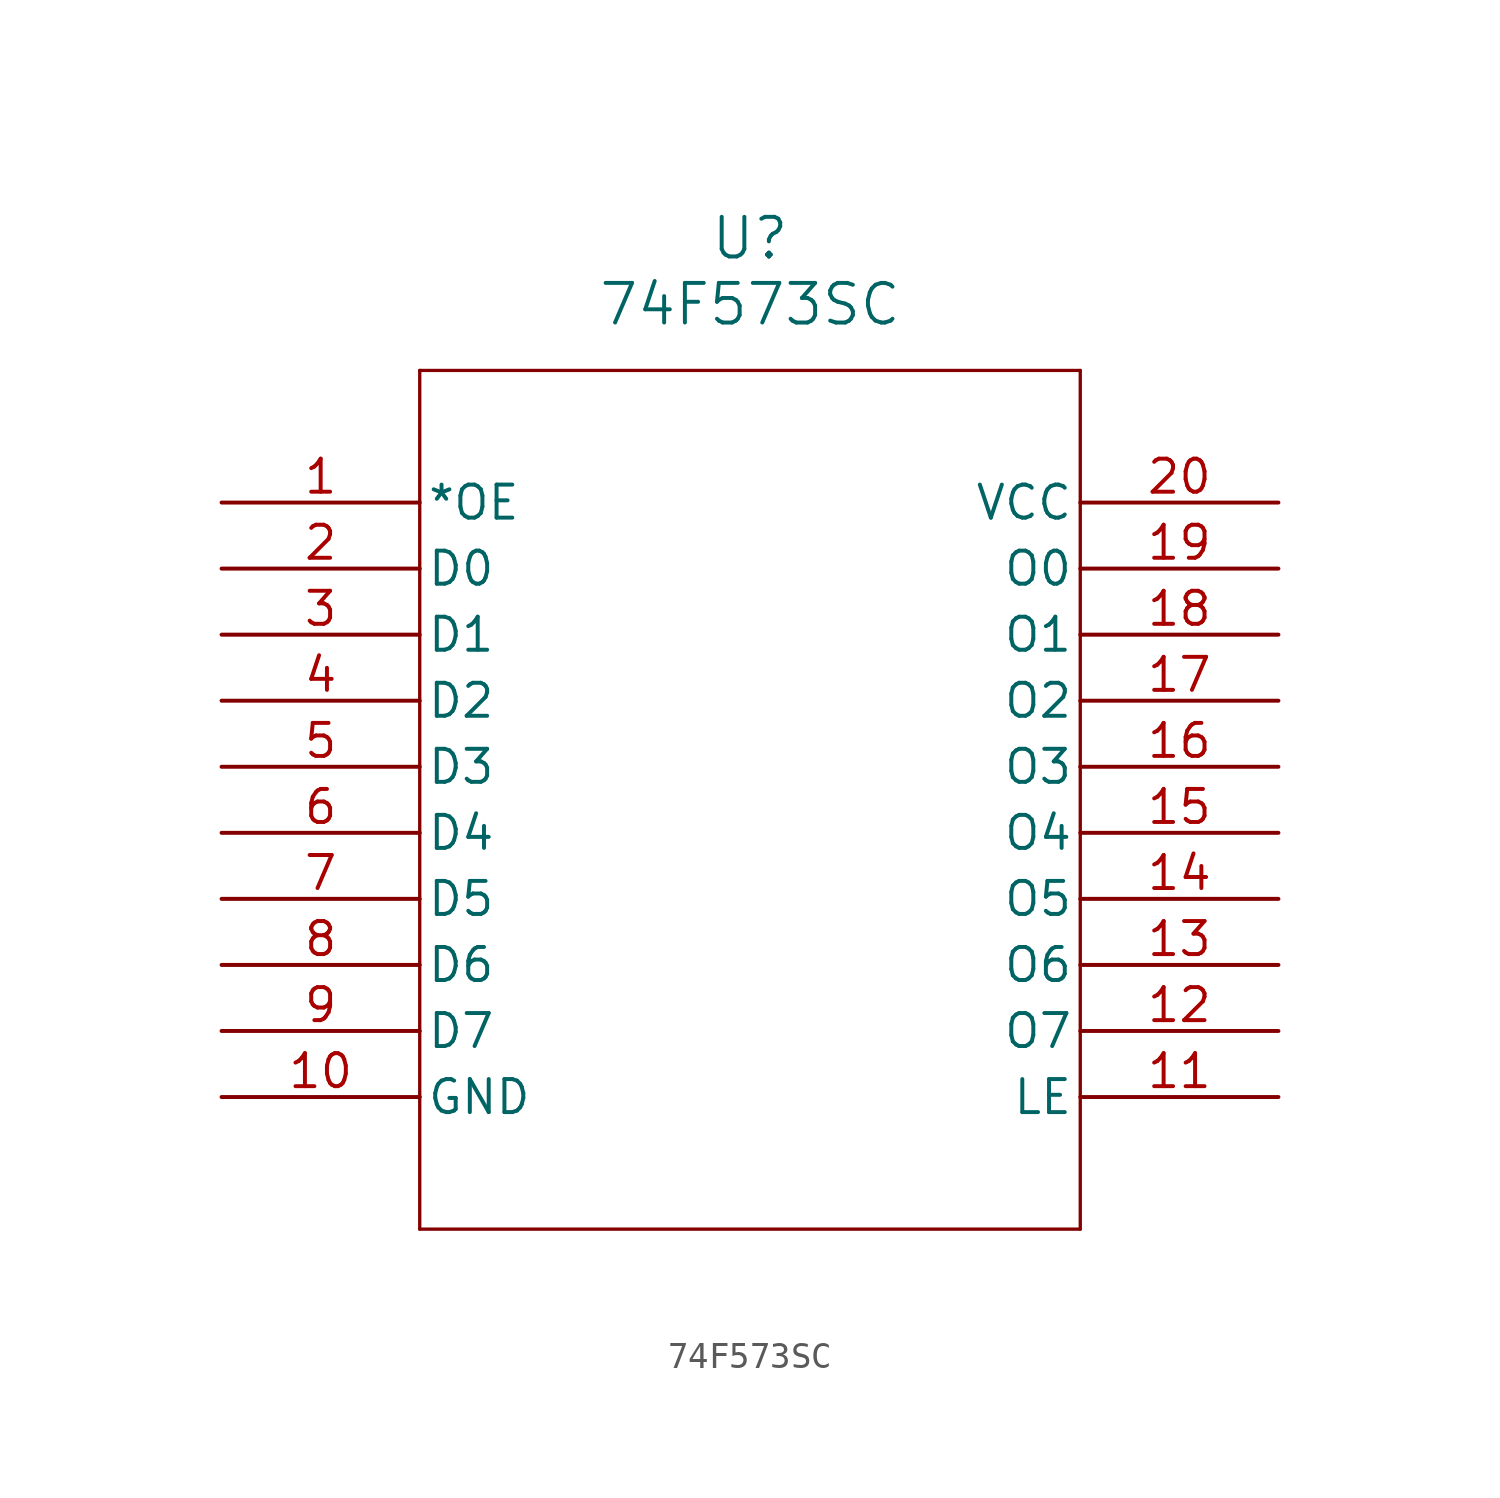
<source format=kicad_sym>
(kicad_symbol_lib
  (version 20211014)
  (generator kicad_symbol_editor)
  (symbol "74F573SC"
    (pin_names
      (offset 0.254))
    (property "Reference" "U"
      (at 20.32 10.16 0)
      (effects (font (size 1.524 1.524))))
    (property "Value" "74F573SC"
      (at 20.32 7.62 0)
      (effects (font (size 1.524 1.524))))
    (symbol "74F573SC_0_1"
      (polyline (pts (xy 7.62 5.08) (xy 7.62 -27.94)) (stroke (width 0.127) (type default) (color 0 0 0 0)) (fill (type none)))
      (polyline (pts (xy 7.62 -27.94) (xy 33.02 -27.94)) (stroke (width 0.127) (type default) (color 0 0 0 0)) (fill (type none)))
      (polyline (pts (xy 33.02 -27.94) (xy 33.02 5.08)) (stroke (width 0.127) (type default) (color 0 0 0 0)) (fill (type none)))
      (polyline (pts (xy 33.02 5.08) (xy 7.62 5.08)) (stroke (width 0.127) (type default) (color 0 0 0 0)) (fill (type none)))
      (pin output line (at 0 0 0) (length 7.62) (name "*OE" (effects (font (size 1.27 1.27)))) (number "1" (effects (font (size 1.27 1.27)))))
      (pin input line (at 0 -2.54 0) (length 7.62) (name "D0" (effects (font (size 1.27 1.27)))) (number "2" (effects (font (size 1.27 1.27)))))
      (pin input line (at 0 -5.08 0) (length 7.62) (name "D1" (effects (font (size 1.27 1.27)))) (number "3" (effects (font (size 1.27 1.27)))))
      (pin input line (at 0 -7.62 0) (length 7.62) (name "D2" (effects (font (size 1.27 1.27)))) (number "4" (effects (font (size 1.27 1.27)))))
      (pin input line (at 0 -10.16 0) (length 7.62) (name "D3" (effects (font (size 1.27 1.27)))) (number "5" (effects (font (size 1.27 1.27)))))
      (pin input line (at 0 -12.7 0) (length 7.62) (name "D4" (effects (font (size 1.27 1.27)))) (number "6" (effects (font (size 1.27 1.27)))))
      (pin input line (at 0 -15.24 0) (length 7.62) (name "D5" (effects (font (size 1.27 1.27)))) (number "7" (effects (font (size 1.27 1.27)))))
      (pin input line (at 0 -17.78 0) (length 7.62) (name "D6" (effects (font (size 1.27 1.27)))) (number "8" (effects (font (size 1.27 1.27)))))
      (pin input line (at 0 -20.32 0) (length 7.62) (name "D7" (effects (font (size 1.27 1.27)))) (number "9" (effects (font (size 1.27 1.27)))))
      (pin power_out line (at 0 -22.86 0) (length 7.62) (name "GND" (effects (font (size 1.27 1.27)))) (number "10" (effects (font (size 1.27 1.27)))))
      (pin input line (at 40.64 -22.86 180) (length 7.62) (name "LE" (effects (font (size 1.27 1.27)))) (number "11" (effects (font (size 1.27 1.27)))))
      (pin output line (at 40.64 -20.32 180) (length 7.62) (name "O7" (effects (font (size 1.27 1.27)))) (number "12" (effects (font (size 1.27 1.27)))))
      (pin output line (at 40.64 -17.78 180) (length 7.62) (name "O6" (effects (font (size 1.27 1.27)))) (number "13" (effects (font (size 1.27 1.27)))))
      (pin output line (at 40.64 -15.24 180) (length 7.62) (name "O5" (effects (font (size 1.27 1.27)))) (number "14" (effects (font (size 1.27 1.27)))))
      (pin output line (at 40.64 -12.7 180) (length 7.62) (name "O4" (effects (font (size 1.27 1.27)))) (number "15" (effects (font (size 1.27 1.27)))))
      (pin output line (at 40.64 -10.16 180) (length 7.62) (name "O3" (effects (font (size 1.27 1.27)))) (number "16" (effects (font (size 1.27 1.27)))))
      (pin output line (at 40.64 -7.62 180) (length 7.62) (name "O2" (effects (font (size 1.27 1.27)))) (number "17" (effects (font (size 1.27 1.27)))))
      (pin output line (at 40.64 -5.08 180) (length 7.62) (name "O1" (effects (font (size 1.27 1.27)))) (number "18" (effects (font (size 1.27 1.27)))))
      (pin output line (at 40.64 -2.54 180) (length 7.62) (name "O0" (effects (font (size 1.27 1.27)))) (number "19" (effects (font (size 1.27 1.27)))))
      (pin power_in line (at 40.64 0 180) (length 7.62) (name "VCC" (effects (font (size 1.27 1.27)))) (number "20" (effects (font (size 1.27 1.27))))))))
</source>
